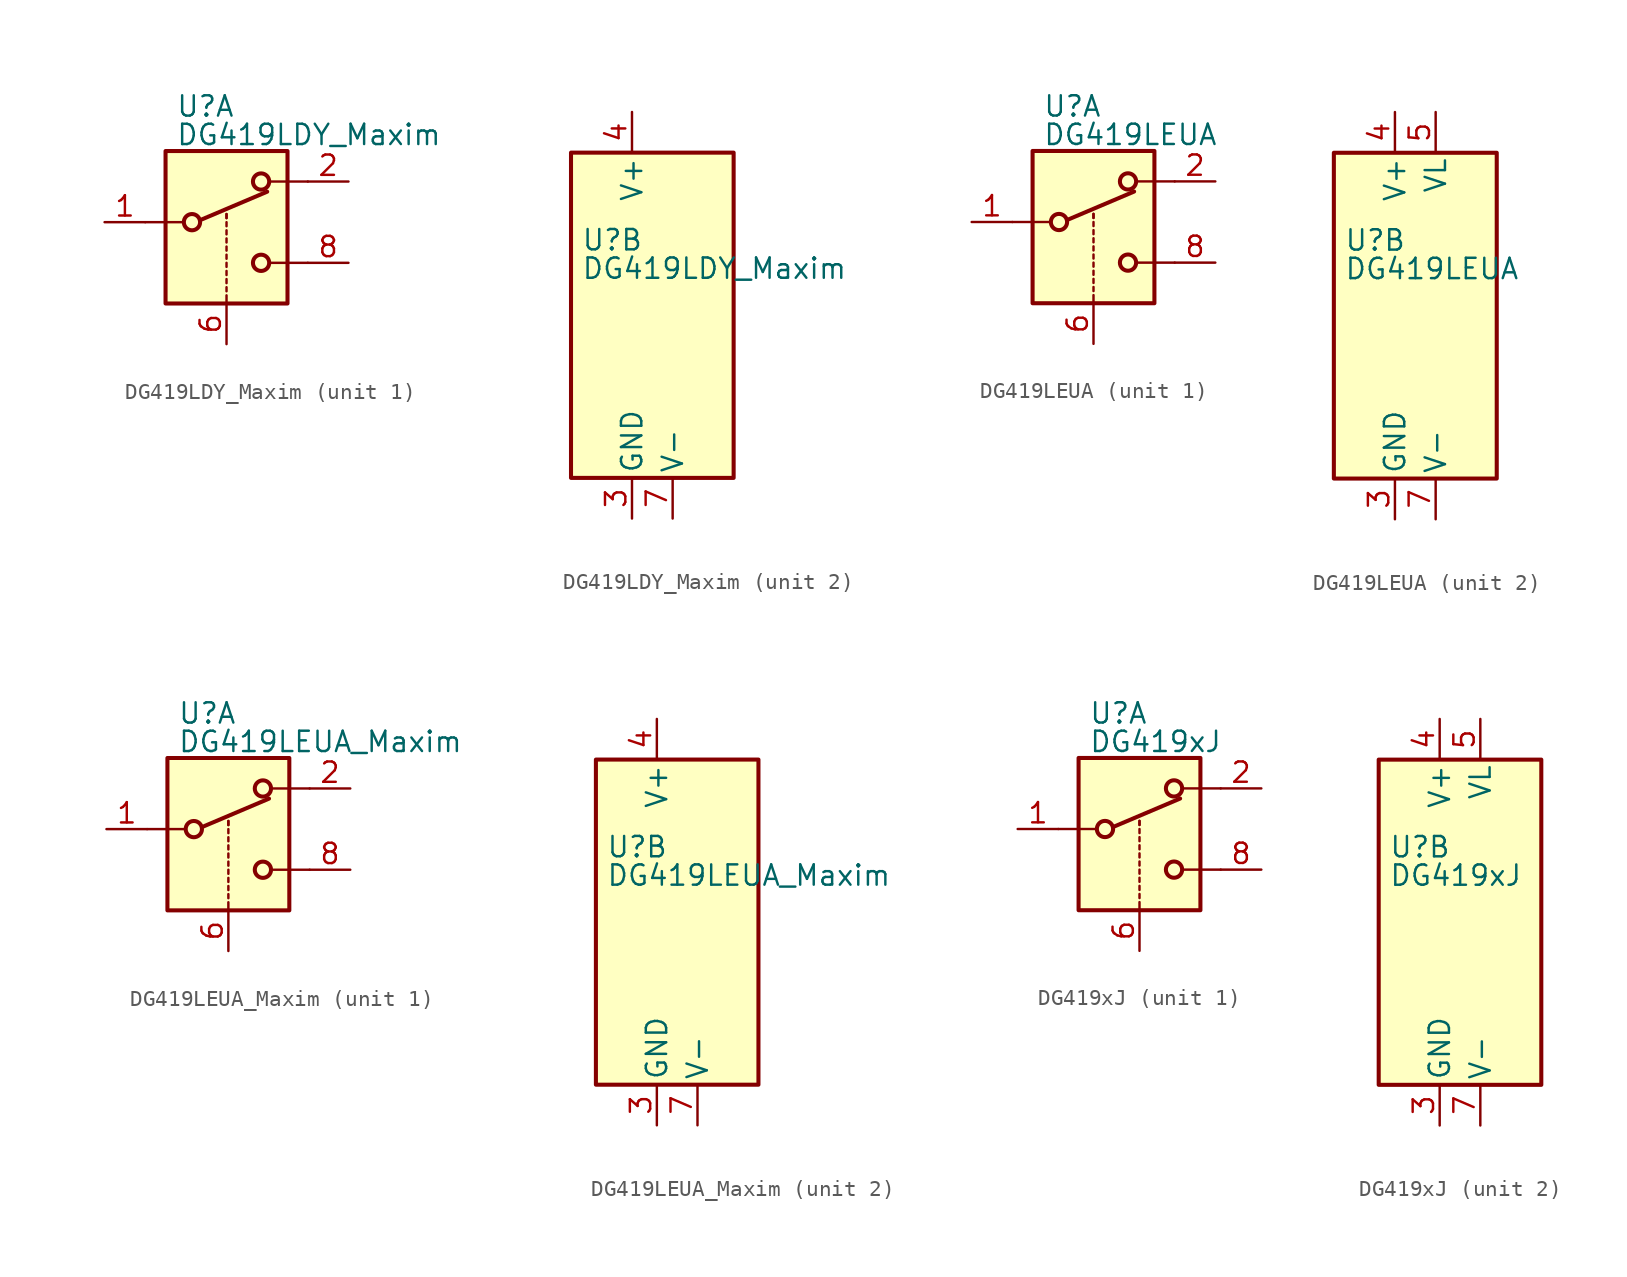
<source format=kicad_sym>
(kicad_symbol_lib
  (version 20211014)
  (generator kicad_symbol_editor)
  (symbol "DG419LDY_Maxim"
    (pin_names
      (offset 0.254))
    (property "Reference" "U"
      (at -3.175 4.699 0)
      (effects (font (size 1.27 1.27)) (justify left)))
    (property "Value" "DG419LDY_Maxim"
      (at -3.175 2.921 0)
      (effects (font (size 1.27 1.27)) (justify left)))
    (symbol "DG419LDY_Maxim_1_1"
      (rectangle (start -3.81 1.905) (end 3.81 -7.62) (stroke (width 0.254) (type default) (color 0 0 0 0)) (fill (type background)))
      (circle (center -2.159 -2.54) (radius 0.508) (stroke (width 0.254) (type default) (color 0 0 0 0)) (fill (type none)))
      (polyline (pts (xy -5.08 -2.54) (xy -2.794 -2.54)) (stroke (width 0) (type default) (color 0 0 0 0)) (fill (type none)))
      (polyline (pts (xy -1.651 -2.413) (xy 2.54 -0.635)) (stroke (width 0.254) (type default) (color 0 0 0 0)) (fill (type none)))
      (polyline (pts (xy 0 -7.62) (xy 0 -7.112)) (stroke (width 0) (type default) (color 0 0 0 0)) (fill (type none)))
      (polyline (pts (xy 0 -6.858) (xy 0 -6.604)) (stroke (width 0) (type default) (color 0 0 0 0)) (fill (type none)))
      (polyline (pts (xy 0 -6.35) (xy 0 -6.096)) (stroke (width 0) (type default) (color 0 0 0 0)) (fill (type none)))
      (polyline (pts (xy 0 -5.842) (xy 0 -5.588)) (stroke (width 0) (type default) (color 0 0 0 0)) (fill (type none)))
      (polyline (pts (xy 0 -5.334) (xy 0 -5.08)) (stroke (width 0) (type default) (color 0 0 0 0)) (fill (type none)))
      (polyline (pts (xy 0 -4.826) (xy 0 -4.572)) (stroke (width 0) (type default) (color 0 0 0 0)) (fill (type none)))
      (polyline (pts (xy 0 -4.318) (xy 0 -4.064)) (stroke (width 0) (type default) (color 0 0 0 0)) (fill (type none)))
      (polyline (pts (xy 0 -3.81) (xy 0 -3.556)) (stroke (width 0) (type default) (color 0 0 0 0)) (fill (type none)))
      (polyline (pts (xy 0 -3.302) (xy 0 -3.048)) (stroke (width 0) (type default) (color 0 0 0 0)) (fill (type none)))
      (polyline (pts (xy 0 -2.794) (xy 0 -2.54)) (stroke (width 0) (type default) (color 0 0 0 0)) (fill (type none)))
      (polyline (pts (xy 0 -2.286) (xy 0 -2.032)) (stroke (width 0) (type default) (color 0 0 0 0)) (fill (type none)))
      (polyline (pts (xy 0 -2.286) (xy 0 -2.032)) (stroke (width 0) (type default) (color 0 0 0 0)) (fill (type none)))
      (polyline (pts (xy 5.08 -5.08) (xy 2.794 -5.08)) (stroke (width 0) (type default) (color 0 0 0 0)) (fill (type none)))
      (polyline (pts (xy 5.08 0) (xy 2.794 0)) (stroke (width 0) (type default) (color 0 0 0 0)) (fill (type none)))
      (circle (center 2.159 -5.08) (radius 0.508) (stroke (width 0.254) (type default) (color 0 0 0 0)) (fill (type none)))
      (circle (center 2.159 0) (radius 0.508) (stroke (width 0.254) (type default) (color 0 0 0 0)) (fill (type none)))
      (pin passive line (at -7.62 -2.54 0) (length 2.54) (name "~" (effects (font (size 1.27 1.27)))) (number "1" (effects (font (size 1.27 1.27)))))
      (pin passive line (at 7.62 0 180) (length 2.54) (name "~" (effects (font (size 1.27 1.27)))) (number "2" (effects (font (size 1.27 1.27)))))
      (pin input line (at 0 -10.16 90) (length 2.54) (name "~" (effects (font (size 1.27 1.27)))) (number "6" (effects (font (size 1.27 1.27)))))
      (pin passive line (at 7.62 -5.08 180) (length 2.54) (name "~" (effects (font (size 1.27 1.27)))) (number "8" (effects (font (size 1.27 1.27))))))
    (symbol "DG419LDY_Maxim_2_0"
      (pin power_in line (at 0 -12.7 90) (length 2.54) (name "GND" (effects (font (size 1.27 1.27)))) (number "3" (effects (font (size 1.27 1.27)))))
      (pin power_in line (at 0 12.7 270) (length 2.54) (name "V+" (effects (font (size 1.27 1.27)))) (number "4" (effects (font (size 1.27 1.27)))))
      (pin no_connect line (at 2.54 10.16 270) (length 2.54) hide (name "NC" (effects (font (size 1.27 1.27)))) (number "5" (effects (font (size 1.27 1.27)))))
      (pin power_in line (at 2.54 -12.7 90) (length 2.54) (name "V-" (effects (font (size 1.27 1.27)))) (number "7" (effects (font (size 1.27 1.27))))))
    (symbol "DG419LDY_Maxim_2_1"
      (rectangle (start -3.81 10.16) (end 6.35 -10.16) (stroke (width 0.254) (type default) (color 0 0 0 0)) (fill (type background)))))
  (symbol "DG419LEUA"
    (pin_names
      (offset 0.254))
    (property "Reference" "U"
      (at -3.175 4.699 0)
      (effects (font (size 1.27 1.27)) (justify left)))
    (property "Value" "DG419LEUA"
      (at -3.175 2.921 0)
      (effects (font (size 1.27 1.27)) (justify left)))
    (symbol "DG419LEUA_1_1"
      (rectangle (start -3.81 1.905) (end 3.81 -7.62) (stroke (width 0.254) (type default) (color 0 0 0 0)) (fill (type background)))
      (circle (center -2.159 -2.54) (radius 0.508) (stroke (width 0.254) (type default) (color 0 0 0 0)) (fill (type none)))
      (polyline (pts (xy -5.08 -2.54) (xy -2.794 -2.54)) (stroke (width 0) (type default) (color 0 0 0 0)) (fill (type none)))
      (polyline (pts (xy -1.651 -2.413) (xy 2.54 -0.635)) (stroke (width 0.254) (type default) (color 0 0 0 0)) (fill (type none)))
      (polyline (pts (xy 0 -7.62) (xy 0 -7.112)) (stroke (width 0) (type default) (color 0 0 0 0)) (fill (type none)))
      (polyline (pts (xy 0 -6.858) (xy 0 -6.604)) (stroke (width 0) (type default) (color 0 0 0 0)) (fill (type none)))
      (polyline (pts (xy 0 -6.35) (xy 0 -6.096)) (stroke (width 0) (type default) (color 0 0 0 0)) (fill (type none)))
      (polyline (pts (xy 0 -5.842) (xy 0 -5.588)) (stroke (width 0) (type default) (color 0 0 0 0)) (fill (type none)))
      (polyline (pts (xy 0 -5.334) (xy 0 -5.08)) (stroke (width 0) (type default) (color 0 0 0 0)) (fill (type none)))
      (polyline (pts (xy 0 -4.826) (xy 0 -4.572)) (stroke (width 0) (type default) (color 0 0 0 0)) (fill (type none)))
      (polyline (pts (xy 0 -4.318) (xy 0 -4.064)) (stroke (width 0) (type default) (color 0 0 0 0)) (fill (type none)))
      (polyline (pts (xy 0 -3.81) (xy 0 -3.556)) (stroke (width 0) (type default) (color 0 0 0 0)) (fill (type none)))
      (polyline (pts (xy 0 -3.302) (xy 0 -3.048)) (stroke (width 0) (type default) (color 0 0 0 0)) (fill (type none)))
      (polyline (pts (xy 0 -2.794) (xy 0 -2.54)) (stroke (width 0) (type default) (color 0 0 0 0)) (fill (type none)))
      (polyline (pts (xy 0 -2.286) (xy 0 -2.032)) (stroke (width 0) (type default) (color 0 0 0 0)) (fill (type none)))
      (polyline (pts (xy 0 -2.286) (xy 0 -2.032)) (stroke (width 0) (type default) (color 0 0 0 0)) (fill (type none)))
      (polyline (pts (xy 5.08 -5.08) (xy 2.794 -5.08)) (stroke (width 0) (type default) (color 0 0 0 0)) (fill (type none)))
      (polyline (pts (xy 5.08 0) (xy 2.794 0)) (stroke (width 0) (type default) (color 0 0 0 0)) (fill (type none)))
      (circle (center 2.159 -5.08) (radius 0.508) (stroke (width 0.254) (type default) (color 0 0 0 0)) (fill (type none)))
      (circle (center 2.159 0) (radius 0.508) (stroke (width 0.254) (type default) (color 0 0 0 0)) (fill (type none)))
      (pin passive line (at -7.62 -2.54 0) (length 2.54) (name "~" (effects (font (size 1.27 1.27)))) (number "1" (effects (font (size 1.27 1.27)))))
      (pin passive line (at 7.62 0 180) (length 2.54) (name "~" (effects (font (size 1.27 1.27)))) (number "2" (effects (font (size 1.27 1.27)))))
      (pin input line (at 0 -10.16 90) (length 2.54) (name "~" (effects (font (size 1.27 1.27)))) (number "6" (effects (font (size 1.27 1.27)))))
      (pin passive line (at 7.62 -5.08 180) (length 2.54) (name "~" (effects (font (size 1.27 1.27)))) (number "8" (effects (font (size 1.27 1.27))))))
    (symbol "DG419LEUA_2_0"
      (pin power_in line (at 0 -12.7 90) (length 2.54) (name "GND" (effects (font (size 1.27 1.27)))) (number "3" (effects (font (size 1.27 1.27)))))
      (pin power_in line (at 0 12.7 270) (length 2.54) (name "V+" (effects (font (size 1.27 1.27)))) (number "4" (effects (font (size 1.27 1.27)))))
      (pin power_in line (at 2.54 12.7 270) (length 2.54) (name "VL" (effects (font (size 1.27 1.27)))) (number "5" (effects (font (size 1.27 1.27)))))
      (pin power_in line (at 2.54 -12.7 90) (length 2.54) (name "V-" (effects (font (size 1.27 1.27)))) (number "7" (effects (font (size 1.27 1.27))))))
    (symbol "DG419LEUA_2_1"
      (rectangle (start -3.81 10.16) (end 6.35 -10.16) (stroke (width 0.254) (type default) (color 0 0 0 0)) (fill (type background)))))
  (symbol "DG419LEUA_Maxim"
    (pin_names
      (offset 0.254))
    (property "Reference" "U"
      (at -3.175 4.699 0)
      (effects (font (size 1.27 1.27)) (justify left)))
    (property "Value" "DG419LEUA_Maxim"
      (at -3.175 2.921 0)
      (effects (font (size 1.27 1.27)) (justify left)))
    (symbol "DG419LEUA_Maxim_1_1"
      (rectangle (start -3.81 1.905) (end 3.81 -7.62) (stroke (width 0.254) (type default) (color 0 0 0 0)) (fill (type background)))
      (circle (center -2.159 -2.54) (radius 0.508) (stroke (width 0.254) (type default) (color 0 0 0 0)) (fill (type none)))
      (polyline (pts (xy -5.08 -2.54) (xy -2.794 -2.54)) (stroke (width 0) (type default) (color 0 0 0 0)) (fill (type none)))
      (polyline (pts (xy -1.651 -2.413) (xy 2.54 -0.635)) (stroke (width 0.254) (type default) (color 0 0 0 0)) (fill (type none)))
      (polyline (pts (xy 0 -7.62) (xy 0 -7.112)) (stroke (width 0) (type default) (color 0 0 0 0)) (fill (type none)))
      (polyline (pts (xy 0 -6.858) (xy 0 -6.604)) (stroke (width 0) (type default) (color 0 0 0 0)) (fill (type none)))
      (polyline (pts (xy 0 -6.35) (xy 0 -6.096)) (stroke (width 0) (type default) (color 0 0 0 0)) (fill (type none)))
      (polyline (pts (xy 0 -5.842) (xy 0 -5.588)) (stroke (width 0) (type default) (color 0 0 0 0)) (fill (type none)))
      (polyline (pts (xy 0 -5.334) (xy 0 -5.08)) (stroke (width 0) (type default) (color 0 0 0 0)) (fill (type none)))
      (polyline (pts (xy 0 -4.826) (xy 0 -4.572)) (stroke (width 0) (type default) (color 0 0 0 0)) (fill (type none)))
      (polyline (pts (xy 0 -4.318) (xy 0 -4.064)) (stroke (width 0) (type default) (color 0 0 0 0)) (fill (type none)))
      (polyline (pts (xy 0 -3.81) (xy 0 -3.556)) (stroke (width 0) (type default) (color 0 0 0 0)) (fill (type none)))
      (polyline (pts (xy 0 -3.302) (xy 0 -3.048)) (stroke (width 0) (type default) (color 0 0 0 0)) (fill (type none)))
      (polyline (pts (xy 0 -2.794) (xy 0 -2.54)) (stroke (width 0) (type default) (color 0 0 0 0)) (fill (type none)))
      (polyline (pts (xy 0 -2.286) (xy 0 -2.032)) (stroke (width 0) (type default) (color 0 0 0 0)) (fill (type none)))
      (polyline (pts (xy 0 -2.286) (xy 0 -2.032)) (stroke (width 0) (type default) (color 0 0 0 0)) (fill (type none)))
      (polyline (pts (xy 5.08 -5.08) (xy 2.794 -5.08)) (stroke (width 0) (type default) (color 0 0 0 0)) (fill (type none)))
      (polyline (pts (xy 5.08 0) (xy 2.794 0)) (stroke (width 0) (type default) (color 0 0 0 0)) (fill (type none)))
      (circle (center 2.159 -5.08) (radius 0.508) (stroke (width 0.254) (type default) (color 0 0 0 0)) (fill (type none)))
      (circle (center 2.159 0) (radius 0.508) (stroke (width 0.254) (type default) (color 0 0 0 0)) (fill (type none)))
      (pin passive line (at -7.62 -2.54 0) (length 2.54) (name "~" (effects (font (size 1.27 1.27)))) (number "1" (effects (font (size 1.27 1.27)))))
      (pin passive line (at 7.62 0 180) (length 2.54) (name "~" (effects (font (size 1.27 1.27)))) (number "2" (effects (font (size 1.27 1.27)))))
      (pin input line (at 0 -10.16 90) (length 2.54) (name "~" (effects (font (size 1.27 1.27)))) (number "6" (effects (font (size 1.27 1.27)))))
      (pin passive line (at 7.62 -5.08 180) (length 2.54) (name "~" (effects (font (size 1.27 1.27)))) (number "8" (effects (font (size 1.27 1.27))))))
    (symbol "DG419LEUA_Maxim_2_0"
      (pin power_in line (at 0 -12.7 90) (length 2.54) (name "GND" (effects (font (size 1.27 1.27)))) (number "3" (effects (font (size 1.27 1.27)))))
      (pin power_in line (at 0 12.7 270) (length 2.54) (name "V+" (effects (font (size 1.27 1.27)))) (number "4" (effects (font (size 1.27 1.27)))))
      (pin no_connect line (at 2.54 10.16 270) (length 2.54) hide (name "NC" (effects (font (size 1.27 1.27)))) (number "5" (effects (font (size 1.27 1.27)))))
      (pin power_in line (at 2.54 -12.7 90) (length 2.54) (name "V-" (effects (font (size 1.27 1.27)))) (number "7" (effects (font (size 1.27 1.27))))))
    (symbol "DG419LEUA_Maxim_2_1"
      (rectangle (start -3.81 10.16) (end 6.35 -10.16) (stroke (width 0.254) (type default) (color 0 0 0 0)) (fill (type background)))))
  (symbol "DG419xJ"
    (pin_names
      (offset 0.254))
    (property "Reference" "U"
      (at -3.175 4.699 0)
      (effects (font (size 1.27 1.27)) (justify left)))
    (property "Value" "DG419xJ"
      (at -3.175 2.921 0)
      (effects (font (size 1.27 1.27)) (justify left)))
    (symbol "DG419xJ_1_1"
      (rectangle (start -3.81 1.905) (end 3.81 -7.62) (stroke (width 0.254) (type default) (color 0 0 0 0)) (fill (type background)))
      (circle (center -2.159 -2.54) (radius 0.508) (stroke (width 0.254) (type default) (color 0 0 0 0)) (fill (type none)))
      (polyline (pts (xy -5.08 -2.54) (xy -2.794 -2.54)) (stroke (width 0) (type default) (color 0 0 0 0)) (fill (type none)))
      (polyline (pts (xy -1.651 -2.413) (xy 2.54 -0.635)) (stroke (width 0.254) (type default) (color 0 0 0 0)) (fill (type none)))
      (polyline (pts (xy 0 -7.62) (xy 0 -7.112)) (stroke (width 0) (type default) (color 0 0 0 0)) (fill (type none)))
      (polyline (pts (xy 0 -6.858) (xy 0 -6.604)) (stroke (width 0) (type default) (color 0 0 0 0)) (fill (type none)))
      (polyline (pts (xy 0 -6.35) (xy 0 -6.096)) (stroke (width 0) (type default) (color 0 0 0 0)) (fill (type none)))
      (polyline (pts (xy 0 -5.842) (xy 0 -5.588)) (stroke (width 0) (type default) (color 0 0 0 0)) (fill (type none)))
      (polyline (pts (xy 0 -5.334) (xy 0 -5.08)) (stroke (width 0) (type default) (color 0 0 0 0)) (fill (type none)))
      (polyline (pts (xy 0 -4.826) (xy 0 -4.572)) (stroke (width 0) (type default) (color 0 0 0 0)) (fill (type none)))
      (polyline (pts (xy 0 -4.318) (xy 0 -4.064)) (stroke (width 0) (type default) (color 0 0 0 0)) (fill (type none)))
      (polyline (pts (xy 0 -3.81) (xy 0 -3.556)) (stroke (width 0) (type default) (color 0 0 0 0)) (fill (type none)))
      (polyline (pts (xy 0 -3.302) (xy 0 -3.048)) (stroke (width 0) (type default) (color 0 0 0 0)) (fill (type none)))
      (polyline (pts (xy 0 -2.794) (xy 0 -2.54)) (stroke (width 0) (type default) (color 0 0 0 0)) (fill (type none)))
      (polyline (pts (xy 0 -2.286) (xy 0 -2.032)) (stroke (width 0) (type default) (color 0 0 0 0)) (fill (type none)))
      (polyline (pts (xy 0 -2.286) (xy 0 -2.032)) (stroke (width 0) (type default) (color 0 0 0 0)) (fill (type none)))
      (polyline (pts (xy 5.08 -5.08) (xy 2.794 -5.08)) (stroke (width 0) (type default) (color 0 0 0 0)) (fill (type none)))
      (polyline (pts (xy 5.08 0) (xy 2.794 0)) (stroke (width 0) (type default) (color 0 0 0 0)) (fill (type none)))
      (circle (center 2.159 -5.08) (radius 0.508) (stroke (width 0.254) (type default) (color 0 0 0 0)) (fill (type none)))
      (circle (center 2.159 0) (radius 0.508) (stroke (width 0.254) (type default) (color 0 0 0 0)) (fill (type none)))
      (pin passive line (at -7.62 -2.54 0) (length 2.54) (name "~" (effects (font (size 1.27 1.27)))) (number "1" (effects (font (size 1.27 1.27)))))
      (pin passive line (at 7.62 0 180) (length 2.54) (name "~" (effects (font (size 1.27 1.27)))) (number "2" (effects (font (size 1.27 1.27)))))
      (pin input line (at 0 -10.16 90) (length 2.54) (name "~" (effects (font (size 1.27 1.27)))) (number "6" (effects (font (size 1.27 1.27)))))
      (pin passive line (at 7.62 -5.08 180) (length 2.54) (name "~" (effects (font (size 1.27 1.27)))) (number "8" (effects (font (size 1.27 1.27))))))
    (symbol "DG419xJ_2_0"
      (pin power_in line (at 0 -12.7 90) (length 2.54) (name "GND" (effects (font (size 1.27 1.27)))) (number "3" (effects (font (size 1.27 1.27)))))
      (pin power_in line (at 0 12.7 270) (length 2.54) (name "V+" (effects (font (size 1.27 1.27)))) (number "4" (effects (font (size 1.27 1.27)))))
      (pin power_in line (at 2.54 12.7 270) (length 2.54) (name "VL" (effects (font (size 1.27 1.27)))) (number "5" (effects (font (size 1.27 1.27)))))
      (pin power_in line (at 2.54 -12.7 90) (length 2.54) (name "V-" (effects (font (size 1.27 1.27)))) (number "7" (effects (font (size 1.27 1.27))))))
    (symbol "DG419xJ_2_1"
      (rectangle (start -3.81 10.16) (end 6.35 -10.16) (stroke (width 0.254) (type default) (color 0 0 0 0)) (fill (type background))))))
</source>
